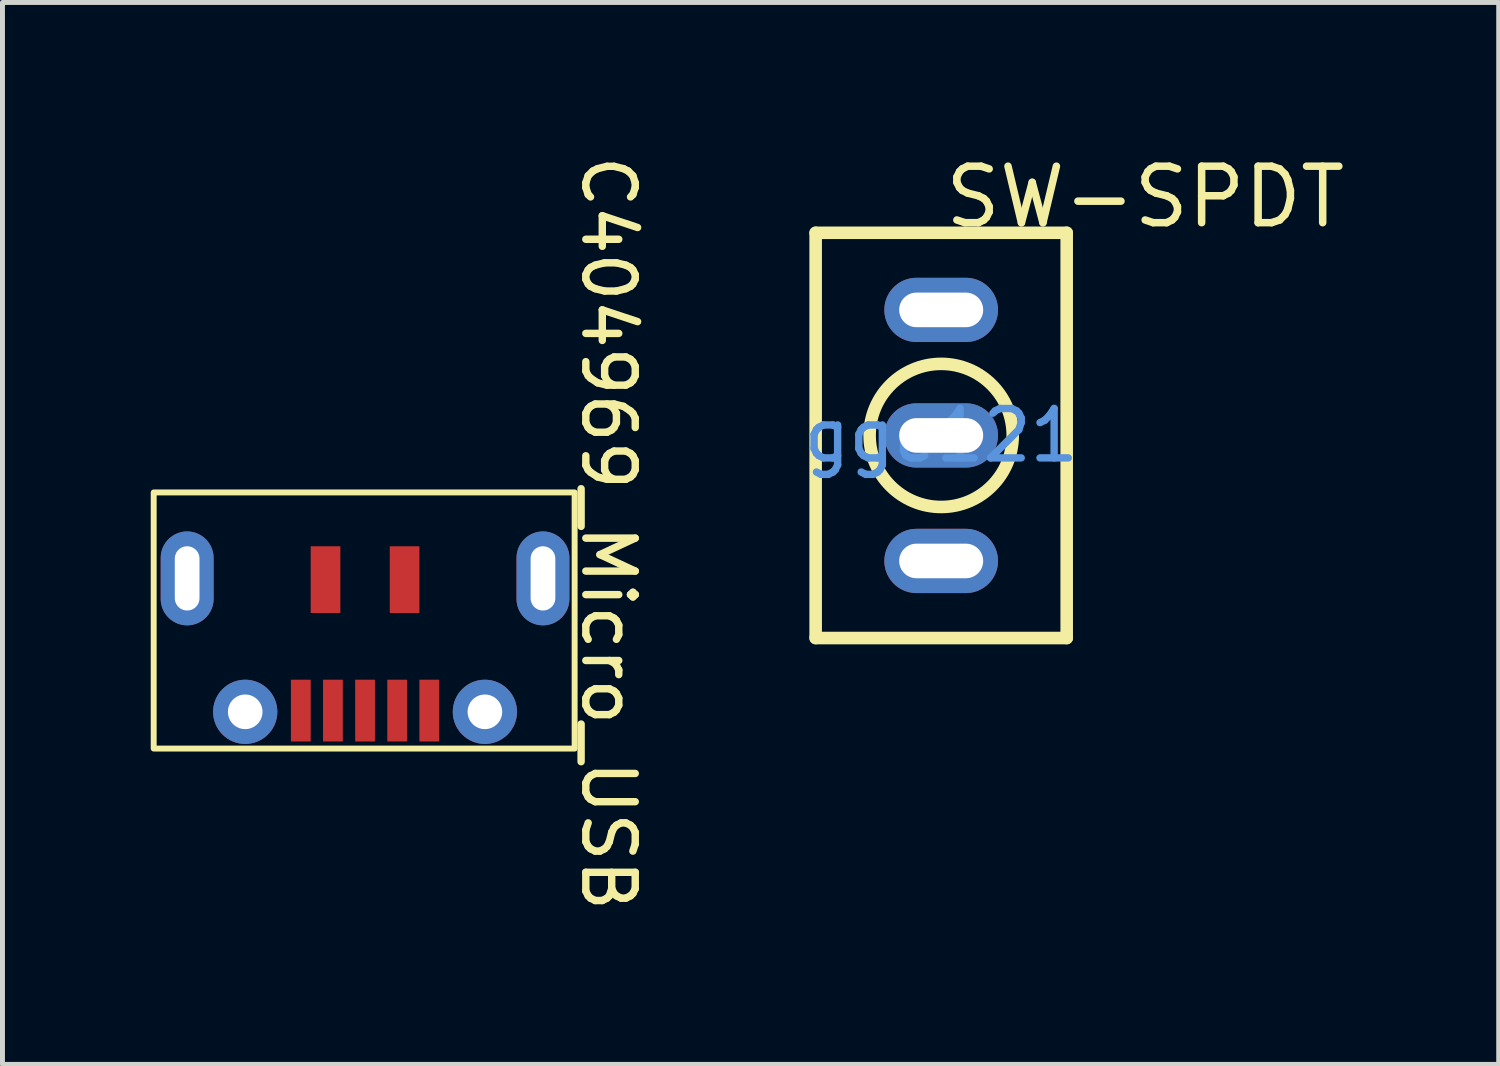
<source format=kicad_pcb>
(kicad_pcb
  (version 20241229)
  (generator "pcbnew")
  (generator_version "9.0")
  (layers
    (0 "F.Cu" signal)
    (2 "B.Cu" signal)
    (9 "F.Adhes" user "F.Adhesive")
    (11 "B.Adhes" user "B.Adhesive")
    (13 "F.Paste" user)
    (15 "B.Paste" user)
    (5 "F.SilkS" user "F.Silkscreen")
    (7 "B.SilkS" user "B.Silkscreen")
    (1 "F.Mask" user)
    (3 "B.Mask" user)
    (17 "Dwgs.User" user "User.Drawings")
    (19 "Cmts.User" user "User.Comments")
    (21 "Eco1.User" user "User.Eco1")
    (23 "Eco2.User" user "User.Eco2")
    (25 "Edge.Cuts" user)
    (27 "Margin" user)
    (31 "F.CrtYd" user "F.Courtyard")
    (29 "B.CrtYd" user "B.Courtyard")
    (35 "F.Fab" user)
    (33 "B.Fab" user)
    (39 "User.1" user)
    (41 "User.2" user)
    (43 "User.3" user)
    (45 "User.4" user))
  (footprint "C404969_Micro_USB"
    (layer "F.Cu")
    (at 4.337 6.954)
    (property "Reference" "C404969_Micro_USB" (at 4.922 0.79 270) (unlocked yes) (layer "F.SilkS") (effects (font (size 1 1) (thickness 0.15))))
    (attr smd)
    (fp_rect (start -4.277 -0.039) (end 4.241 5.143) (stroke (width 0.12) (type solid)) (fill no) (layer "F.SilkS"))
    (pad "1" smd rect (at 1.3 4.375) (size 0.4 1.25) (layers "F.Cu" "F.Mask" "F.Paste"))
    (pad "2" smd rect (at 0.65 4.375) (size 0.4 1.25) (layers "F.Cu" "F.Mask" "F.Paste"))
    (pad "3" smd rect (at 0 4.375) (size 0.4 1.25) (layers "F.Cu" "F.Mask" "F.Paste"))
    (pad "4" smd rect (at -0.65 4.375) (size 0.4 1.25) (layers "F.Cu" "F.Mask" "F.Paste"))
    (pad "5" smd rect (at -1.3 4.375) (size 0.4 1.25) (layers "F.Cu" "F.Mask" "F.Paste"))
    (pad "6" thru_hole oval (at -3.6 1.7) (size 1.07 1.9) (drill oval 0.5 1.3) (layers "*.Cu" "*.Mask"))
    (pad "6" thru_hole circle (at -2.425 4.4) (size 1.3 1.3) (drill 0.7) (layers "*.Cu" "*.Mask"))
    (pad "6" smd rect (at -0.8 1.725) (size 0.6 1.35) (layers "F.Cu" "F.Mask" "F.Paste"))
    (pad "6" smd rect (at 0.8 1.725) (size 0.6 1.35) (layers "F.Cu" "F.Mask" "F.Paste"))
    (pad "6" thru_hole circle (at 2.425 4.4) (size 1.3 1.3) (drill 0.7) (layers "*.Cu" "*.Mask"))
    (pad "6" thru_hole oval (at 3.6 1.7) (size 1.07 1.9) (drill oval 0.5 1.3) (layers "*.Cu" "*.Mask")))
  (footprint "SW-SPDT"
    (layer "F.Cu")
    (at 15.995 5.761)
    (property "Reference" "SW-SPDT" (at 0 -4.826 0) (layer "F.SilkS") (effects (font (size 1.143 1.143) (thickness 0.152)) (justify left)))
    (attr through_hole)
    (fp_line (start -2.54 -4.1) (end -2.54 4.1) (stroke (width 0.254) (type solid)) (layer "F.SilkS"))
    (fp_line (start -2.54 -4.1) (end 2.54 -4.1) (stroke (width 0.254) (type solid)) (layer "F.SilkS"))
    (fp_line (start -2.54 4.1) (end 2.54 4.1) (stroke (width 0.254) (type solid)) (layer "F.SilkS"))
    (fp_line (start 2.54 -4.1) (end 2.54 4.1) (stroke (width 0.254) (type solid)) (layer "F.SilkS"))
    (fp_circle (center 0 0) (end 1.448 0) (stroke (width 0.254) (type solid)) (fill no) (layer "F.SilkS"))
    (fp_text user "gge121" (at 0 0 0) (layer "Cmts.User") (effects (font (size 1 1) (thickness 0.15))))
    (pad "1" thru_hole oval (at 0 2.54) (size 2.3 1.3) (drill oval 1.7 0.7) (layers "*.Cu" "*.Paste" "*.Mask"))
    (pad "2" thru_hole oval (at 0 0) (size 2.3 1.3) (drill oval 1.7 0.7) (layers "*.Cu" "*.Paste" "*.Mask"))
    (pad "3" thru_hole oval (at 0 -2.54) (size 2.3 1.3) (drill oval 1.7 0.7) (layers "*.Cu" "*.Paste" "*.Mask")))
  (gr_rect
    (start -3 -3)
    (end 27.277 18.488)
    (stroke (width 0.1) (type default))
    (fill no)
    (layer "Edge.Cuts")))
</source>
